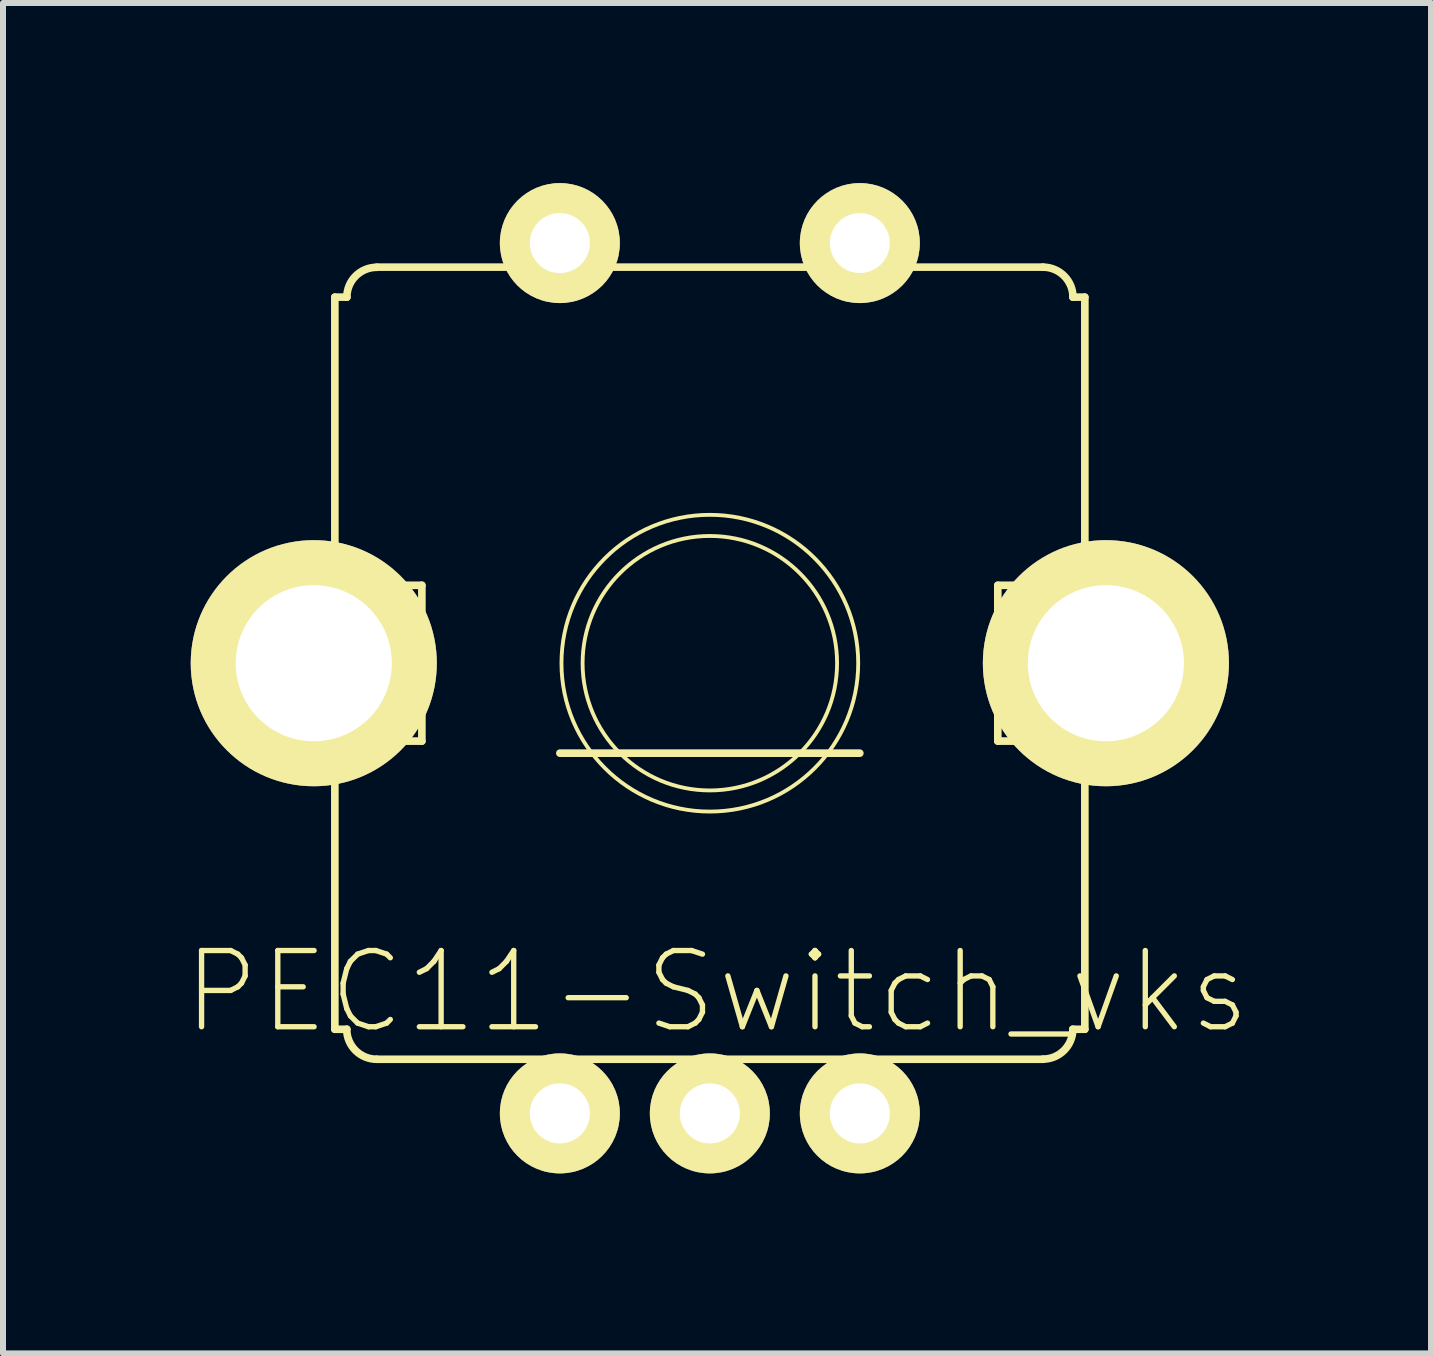
<source format=kicad_pcb>
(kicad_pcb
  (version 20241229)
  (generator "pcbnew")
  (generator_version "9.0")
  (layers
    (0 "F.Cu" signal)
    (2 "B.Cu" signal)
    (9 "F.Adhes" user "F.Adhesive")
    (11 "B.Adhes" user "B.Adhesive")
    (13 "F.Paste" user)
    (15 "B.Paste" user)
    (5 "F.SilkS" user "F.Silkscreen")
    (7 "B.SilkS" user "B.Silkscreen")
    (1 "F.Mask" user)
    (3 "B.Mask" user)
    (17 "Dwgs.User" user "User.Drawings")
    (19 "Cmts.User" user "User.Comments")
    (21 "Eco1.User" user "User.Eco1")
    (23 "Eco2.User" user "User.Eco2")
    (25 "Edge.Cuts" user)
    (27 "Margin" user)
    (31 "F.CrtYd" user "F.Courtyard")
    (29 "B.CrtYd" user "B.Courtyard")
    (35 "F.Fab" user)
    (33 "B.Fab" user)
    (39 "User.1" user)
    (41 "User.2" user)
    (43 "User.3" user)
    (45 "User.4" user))
  (footprint "PEC11-Switch_vks"
    (layer "F.Cu")
    (at 8.777 8)
    (property "Reference" "PEC11-Switch_vks" (at 0.119 5.474 0) (layer "F.SilkS") (effects (font (size 1.27 1.27) (thickness 0.089))))
    (attr exclude_from_pos_files exclude_from_bom)
    (fp_line (start -6.599 -1.298) (end -6.599 1.298) (stroke (width 0.127) (type solid)) (layer "F.SilkS"))
    (fp_line (start -6.599 1.298) (end -4.798 1.298) (stroke (width 0.127) (type solid)) (layer "F.SilkS"))
    (fp_line (start -6.248 6.099) (end -6.248 -6.099) (stroke (width 0.127) (type solid)) (layer "F.SilkS"))
    (fp_line (start -6.048 -6.099) (end -6.248 -6.099) (stroke (width 0.127) (type solid)) (layer "F.SilkS"))
    (fp_line (start -6.048 6.099) (end -6.248 6.099) (stroke (width 0.127) (type solid)) (layer "F.SilkS"))
    (fp_line (start -5.55 -6.599) (end 5.55 -6.599) (stroke (width 0.127) (type solid)) (layer "F.SilkS"))
    (fp_line (start -4.798 -1.298) (end -6.599 -1.298) (stroke (width 0.127) (type solid)) (layer "F.SilkS"))
    (fp_line (start -4.798 1.298) (end -4.798 -1.298) (stroke (width 0.127) (type solid)) (layer "F.SilkS"))
    (fp_line (start -2.499 1.499) (end 2.499 1.499) (stroke (width 0.127) (type solid)) (layer "F.SilkS"))
    (fp_line (start 4.798 -1.298) (end 4.798 1.298) (stroke (width 0.127) (type solid)) (layer "F.SilkS"))
    (fp_line (start 4.798 1.298) (end 6.599 1.298) (stroke (width 0.127) (type solid)) (layer "F.SilkS"))
    (fp_line (start 5.55 6.599) (end -5.55 6.599) (stroke (width 0.127) (type solid)) (layer "F.SilkS"))
    (fp_line (start 6.048 -6.099) (end 6.248 -6.099) (stroke (width 0.127) (type solid)) (layer "F.SilkS"))
    (fp_line (start 6.048 6.099) (end 6.248 6.099) (stroke (width 0.127) (type solid)) (layer "F.SilkS"))
    (fp_line (start 6.248 -6.099) (end 6.248 6.099) (stroke (width 0.127) (type solid)) (layer "F.SilkS"))
    (fp_line (start 6.599 -1.298) (end 4.798 -1.298) (stroke (width 0.127) (type solid)) (layer "F.SilkS"))
    (fp_line (start 6.599 1.298) (end 6.599 -1.298) (stroke (width 0.127) (type solid)) (layer "F.SilkS"))
    (fp_arc (start -6.04774 -6.09854) (mid -5.901926 -6.450566) (end -5.5499 -6.59638) (stroke (width 0.127) (type solid)) (layer "F.SilkS"))
    (fp_arc (start -5.5499 6.59892) (mid -5.903722 6.452362) (end -6.05028 6.09854) (stroke (width 0.127) (type solid)) (layer "F.SilkS"))
    (fp_arc (start 5.5499 -6.59892) (mid 5.903722 -6.452362) (end 6.05028 -6.09854) (stroke (width 0.127) (type solid)) (layer "F.SilkS"))
    (fp_arc (start 6.04774 6.09854) (mid 5.901926 6.450566) (end 5.5499 6.59638) (stroke (width 0.127) (type solid)) (layer "F.SilkS"))
    (fp_circle (center 0 0) (end -1.748 1.748) (stroke (width 0.064) (type solid)) (fill no) (layer "F.SilkS"))
    (fp_circle (center 0 0) (end -1.499 1.499) (stroke (width 0.064) (type solid)) (fill no) (layer "F.SilkS"))
    (pad "1" thru_hole circle (at 0 7.501) (size 1.999 1.999) (drill 1.001) (layers "*.Cu" "F.Mask" "F.SilkS" "F.Paste"))
    (pad "2" thru_hole circle (at -2.499 7.501) (size 1.999 1.999) (drill 1.001) (layers "*.Cu" "F.Mask" "F.SilkS" "F.Paste"))
    (pad "3" thru_hole circle (at 2.499 7.501) (size 1.999 1.999) (drill 1.001) (layers "*.Cu" "F.Mask" "F.SilkS" "F.Paste"))
    (pad "4" thru_hole circle (at -2.499 -7) (size 1.999 1.999) (drill 1.001) (layers "*.Cu" "F.Mask" "F.SilkS" "F.Paste"))
    (pad "5" thru_hole circle (at 2.499 -7) (size 1.999 1.999) (drill 0.998) (layers "*.Cu" "F.Mask" "F.SilkS" "F.Paste"))
    (pad "P$GN" thru_hole circle (at -6.599 0) (size 4.1 4.1) (drill 2.601) (layers "*.Cu" "F.Mask" "F.SilkS" "F.Paste"))
    (pad "P$GN" thru_hole circle (at 6.599 0) (size 4.1 4.1) (drill 2.601) (layers "*.Cu" "F.Mask" "F.SilkS" "F.Paste")))
  (gr_rect
    (start -3 -3)
    (end 20.793 19.5)
    (stroke (width 0.1) (type default))
    (fill no)
    (layer "Edge.Cuts")))
</source>
